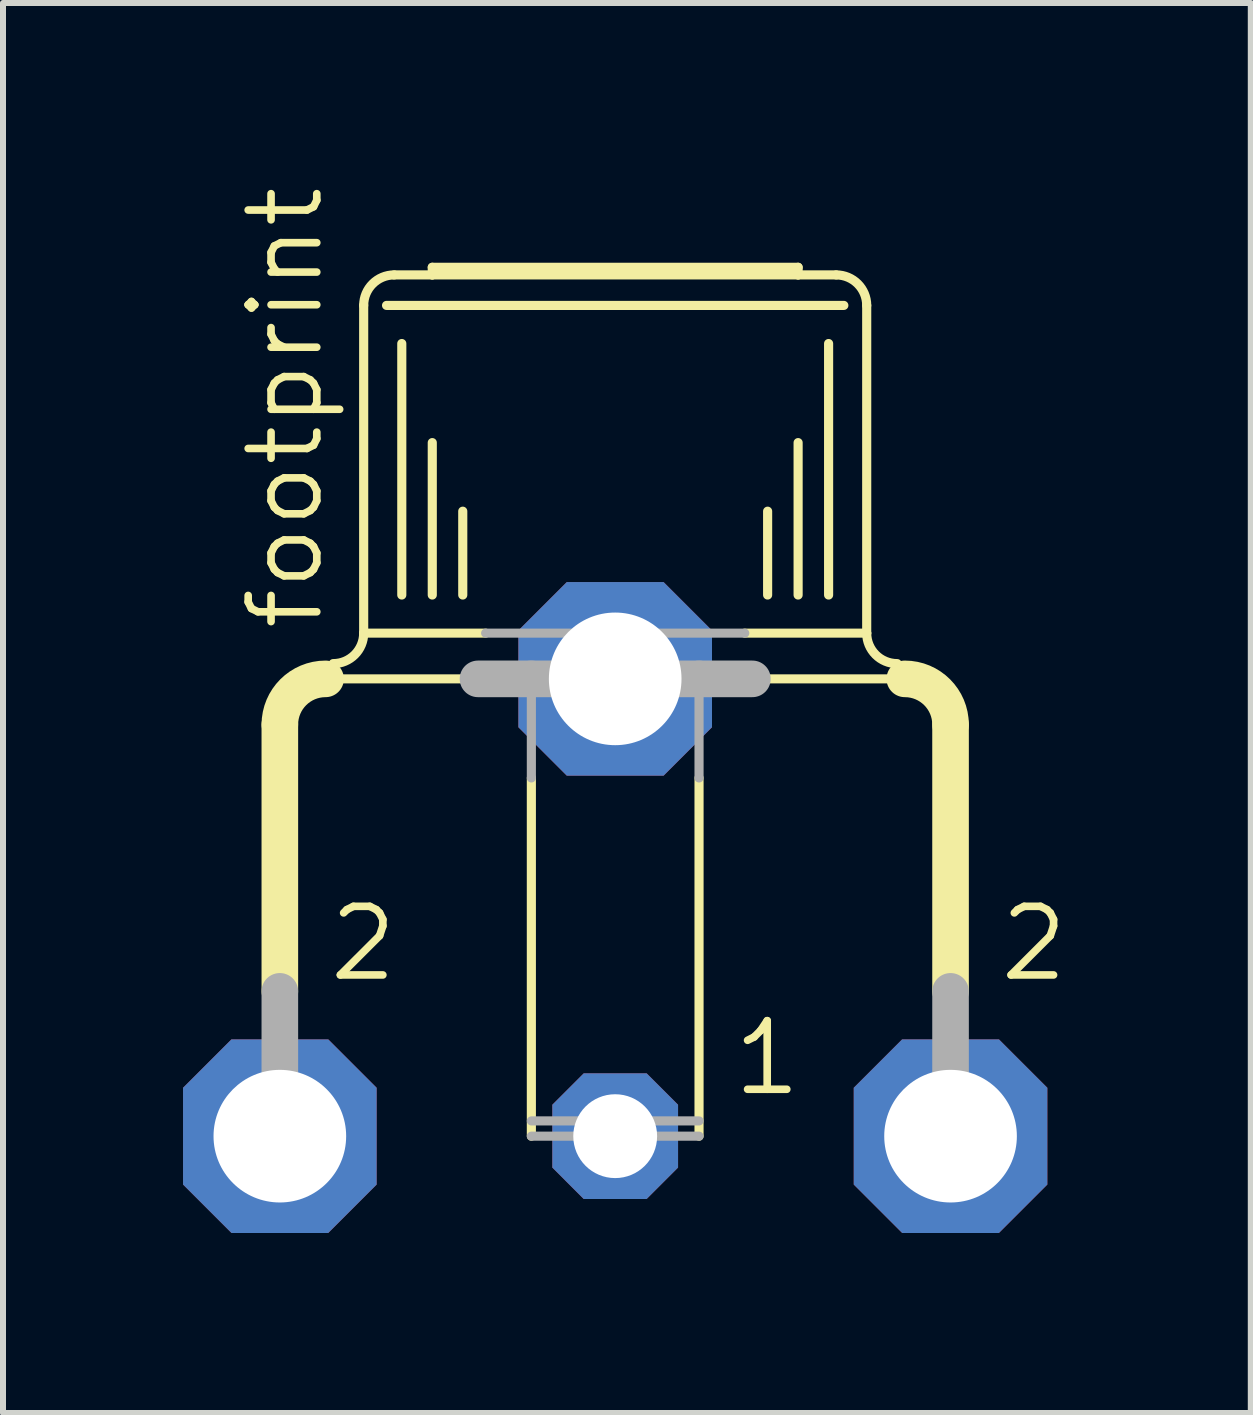
<source format=kicad_pcb>
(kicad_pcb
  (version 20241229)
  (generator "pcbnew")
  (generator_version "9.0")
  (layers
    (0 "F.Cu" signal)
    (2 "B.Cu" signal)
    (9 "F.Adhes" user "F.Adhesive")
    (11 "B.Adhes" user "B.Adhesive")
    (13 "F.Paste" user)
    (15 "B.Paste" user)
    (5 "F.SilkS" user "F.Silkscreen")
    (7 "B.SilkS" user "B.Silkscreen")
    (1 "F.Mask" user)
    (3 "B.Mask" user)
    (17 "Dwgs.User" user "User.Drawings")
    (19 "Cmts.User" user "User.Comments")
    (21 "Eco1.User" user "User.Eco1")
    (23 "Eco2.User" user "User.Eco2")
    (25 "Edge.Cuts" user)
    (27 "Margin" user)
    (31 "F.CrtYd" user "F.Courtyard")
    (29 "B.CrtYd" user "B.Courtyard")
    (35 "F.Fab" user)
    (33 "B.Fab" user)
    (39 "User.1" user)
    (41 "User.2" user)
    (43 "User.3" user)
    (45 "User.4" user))
  (footprint "footprint"
    (layer "F.Cu")
    (at 7.201 13.342)
    (property "Reference" "footprint" (at -4.826 -5.842 90) (layer "F.SilkS") (effects (font (size 1.143 1.143) (thickness 0.127)) (justify left bottom)))
    (fp_line (start -5.588 0.127) (end -5.588 -4.318) (stroke (width 0.61) (type solid)) (layer "F.SilkS"))
    (fp_line (start -4.826 -5.08) (end -2.286 -5.08) (stroke (width 0.152) (type solid)) (layer "F.SilkS"))
    (fp_line (start -4.191 -5.842) (end -4.191 -11.303) (stroke (width 0.152) (type solid)) (layer "F.SilkS"))
    (fp_line (start -3.81 -11.303) (end 3.81 -11.303) (stroke (width 0.152) (type solid)) (layer "F.SilkS"))
    (fp_line (start -3.683 -11.811) (end -3.048 -11.811) (stroke (width 0.152) (type solid)) (layer "F.SilkS"))
    (fp_line (start -3.556 -6.477) (end -3.556 -10.668) (stroke (width 0.152) (type solid)) (layer "F.SilkS"))
    (fp_line (start -3.048 -11.938) (end 3.048 -11.938) (stroke (width 0.152) (type solid)) (layer "F.SilkS"))
    (fp_line (start -3.048 -11.811) (end -3.048 -11.938) (stroke (width 0.152) (type solid)) (layer "F.SilkS"))
    (fp_line (start -3.048 -11.811) (end 3.048 -11.811) (stroke (width 0.152) (type solid)) (layer "F.SilkS"))
    (fp_line (start -3.048 -6.477) (end -3.048 -9.017) (stroke (width 0.152) (type solid)) (layer "F.SilkS"))
    (fp_line (start -2.54 -6.477) (end -2.54 -7.874) (stroke (width 0.152) (type solid)) (layer "F.SilkS"))
    (fp_line (start -2.159 -5.842) (end -4.191 -5.842) (stroke (width 0.152) (type solid)) (layer "F.SilkS"))
    (fp_line (start -1.397 2.54) (end -1.397 -3.429) (stroke (width 0.152) (type solid)) (layer "F.SilkS"))
    (fp_line (start 1.397 2.54) (end 1.397 -3.429) (stroke (width 0.152) (type solid)) (layer "F.SilkS"))
    (fp_line (start 2.286 -5.08) (end 4.826 -5.08) (stroke (width 0.152) (type solid)) (layer "F.SilkS"))
    (fp_line (start 2.54 -6.477) (end 2.54 -7.874) (stroke (width 0.152) (type solid)) (layer "F.SilkS"))
    (fp_line (start 3.048 -11.938) (end 3.048 -11.811) (stroke (width 0.152) (type solid)) (layer "F.SilkS"))
    (fp_line (start 3.048 -11.811) (end 3.683 -11.811) (stroke (width 0.152) (type solid)) (layer "F.SilkS"))
    (fp_line (start 3.048 -6.477) (end 3.048 -9.017) (stroke (width 0.152) (type solid)) (layer "F.SilkS"))
    (fp_line (start 3.556 -6.477) (end 3.556 -10.668) (stroke (width 0.152) (type solid)) (layer "F.SilkS"))
    (fp_line (start 4.191 -11.303) (end 4.191 -5.842) (stroke (width 0.152) (type solid)) (layer "F.SilkS"))
    (fp_line (start 4.191 -5.842) (end 2.159 -5.842) (stroke (width 0.152) (type solid)) (layer "F.SilkS"))
    (fp_line (start 5.588 -4.318) (end 5.588 0.127) (stroke (width 0.61) (type solid)) (layer "F.SilkS"))
    (fp_arc (start -5.588 -4.318) (mid -5.364815 -4.856815) (end -4.826 -5.08) (stroke (width 0.6096) (type solid)) (layer "F.SilkS"))
    (fp_arc (start -4.191 -11.303) (mid -4.04221 -11.66221) (end -3.683 -11.811) (stroke (width 0.1524) (type solid)) (layer "F.SilkS"))
    (fp_arc (start -4.191 -5.842) (mid -4.33979 -5.48279) (end -4.699 -5.334) (stroke (width 0.1524) (type solid)) (layer "F.SilkS"))
    (fp_arc (start 3.683 -11.811) (mid 4.04221 -11.66221) (end 4.191 -11.303) (stroke (width 0.1524) (type solid)) (layer "F.SilkS"))
    (fp_arc (start 4.699 -5.334) (mid 4.33979 -5.48279) (end 4.191 -5.842) (stroke (width 0.1524) (type solid)) (layer "F.SilkS"))
    (fp_arc (start 4.826 -5.08) (mid 5.364815 -4.856815) (end 5.588 -4.318) (stroke (width 0.6096) (type solid)) (layer "F.SilkS"))
    (fp_line (start -5.588 0.127) (end -5.588 3.302) (stroke (width 0.61) (type solid)) (layer "F.Fab"))
    (fp_line (start -1.397 -5.08) (end -2.286 -5.08) (stroke (width 0.61) (type solid)) (layer "F.Fab"))
    (fp_line (start -1.397 -5.08) (end 1.397 -5.08) (stroke (width 0.61) (type solid)) (layer "F.Fab"))
    (fp_line (start -1.397 -3.429) (end -1.397 -5.08) (stroke (width 0.152) (type solid)) (layer "F.Fab"))
    (fp_line (start 1.397 -5.08) (end 2.286 -5.08) (stroke (width 0.61) (type solid)) (layer "F.Fab"))
    (fp_line (start 1.397 -3.429) (end 1.397 -5.08) (stroke (width 0.152) (type solid)) (layer "F.Fab"))
    (fp_line (start 1.397 2.286) (end -1.397 2.286) (stroke (width 0.152) (type solid)) (layer "F.Fab"))
    (fp_line (start 1.397 2.54) (end -1.397 2.54) (stroke (width 0.152) (type solid)) (layer "F.Fab"))
    (fp_line (start 2.159 -5.842) (end -2.159 -5.842) (stroke (width 0.152) (type solid)) (layer "F.Fab"))
    (fp_line (start 5.588 0.127) (end 5.588 3.302) (stroke (width 0.61) (type solid)) (layer "F.Fab"))
    (fp_text user "2 " (at -4.826 0 0) (layer "F.SilkS") (effects (font (size 1.143 1.143) (thickness 0.127)) (justify left bottom)))
    (fp_text user "2" (at 6.35 0 0) (layer "F.SilkS") (effects (font (size 1.143 1.143) (thickness 0.127)) (justify left bottom)))
    (fp_text user "1" (at 1.905 1.905 0) (layer "F.SilkS") (effects (font (size 1.143 1.143) (thickness 0.127)) (justify left bottom)))
    (pad "1" thru_hole roundrect (at 0 2.54) (size 2.095 2.095) (drill 1.397) (layers "*.Cu" "*.Mask") (roundrect_rratio 0.25) (chamfer_ratio 0.25) (chamfer top_left top_right bottom_left bottom_right))
    (pad "2" thru_hole roundrect (at 5.588 2.54) (size 3.226 3.226) (drill 2.21) (layers "*.Cu" "*.Mask") (roundrect_rratio 0.25) (chamfer_ratio 0.25) (chamfer top_left top_right bottom_left bottom_right))
    (pad "2@1" thru_hole roundrect (at -5.588 2.54) (size 3.226 3.226) (drill 2.21) (layers "*.Cu" "*.Mask") (roundrect_rratio 0.25) (chamfer_ratio 0.25) (chamfer top_left top_right bottom_left bottom_right))
    (pad "2@2" thru_hole roundrect (at 0 -5.08) (size 3.226 3.226) (drill 2.21) (layers "*.Cu" "*.Mask") (roundrect_rratio 0.25) (chamfer_ratio 0.25) (chamfer top_left top_right bottom_left bottom_right)))
  (gr_rect
    (start -3 -3)
    (end 17.792 20.495)
    (stroke (width 0.1) (type default))
    (fill no)
    (layer "Edge.Cuts")))
</source>
